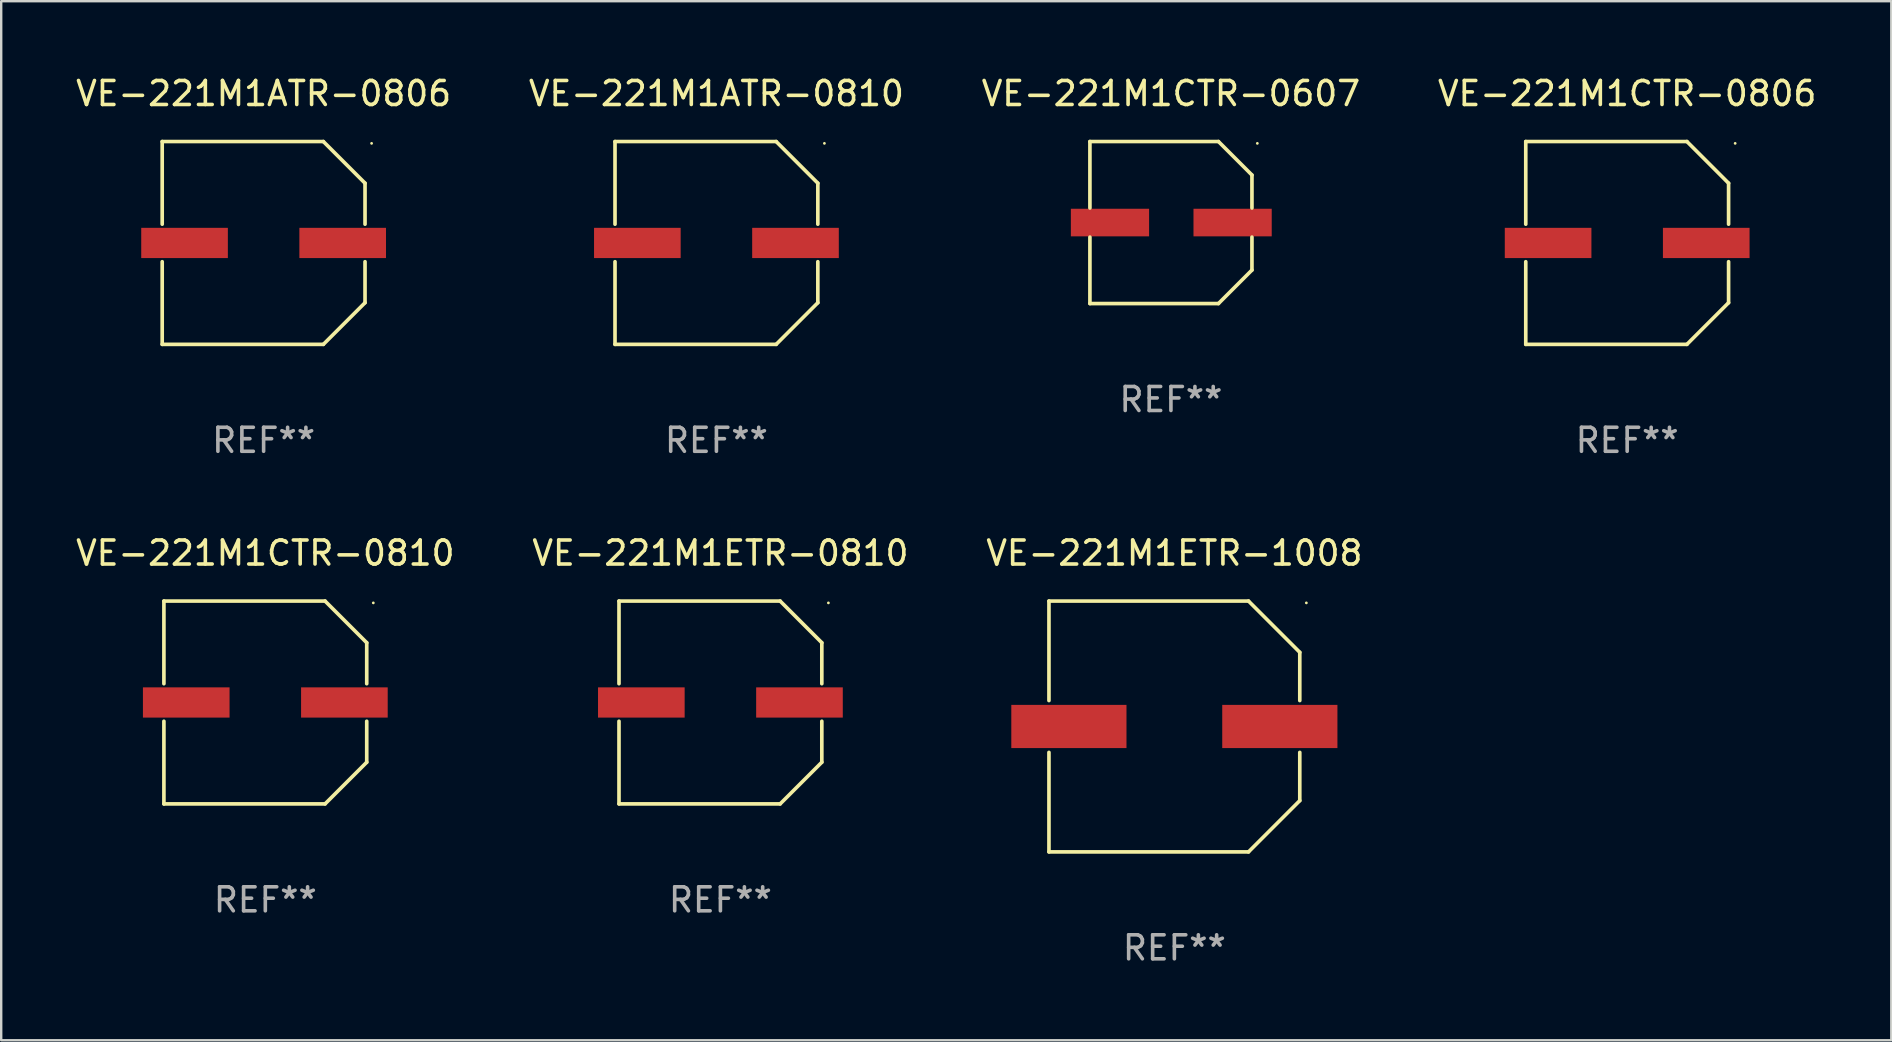
<source format=kicad_pcb>
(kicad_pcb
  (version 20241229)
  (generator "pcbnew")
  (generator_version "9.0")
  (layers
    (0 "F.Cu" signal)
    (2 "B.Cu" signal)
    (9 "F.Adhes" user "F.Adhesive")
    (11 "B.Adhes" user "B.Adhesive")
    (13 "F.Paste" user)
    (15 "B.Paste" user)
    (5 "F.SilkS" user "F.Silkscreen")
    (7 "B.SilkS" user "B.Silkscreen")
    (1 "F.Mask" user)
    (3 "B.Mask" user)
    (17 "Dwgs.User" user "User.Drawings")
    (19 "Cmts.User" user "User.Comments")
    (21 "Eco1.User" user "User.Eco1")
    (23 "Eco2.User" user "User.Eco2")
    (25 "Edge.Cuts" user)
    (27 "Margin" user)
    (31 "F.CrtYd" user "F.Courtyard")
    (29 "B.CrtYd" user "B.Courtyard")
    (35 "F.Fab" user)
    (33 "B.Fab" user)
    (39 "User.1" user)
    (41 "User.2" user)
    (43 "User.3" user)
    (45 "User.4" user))
  (footprint "VE-221M1CTR-0806"
    (layer "F.Cu")
    (at 64.756 7.074)
    (property "Reference" "VE-221M1CTR-0806" (at 0 -6.226 0) (layer "F.SilkS") (effects (font (size 1 1) (thickness 0.15))))
    (attr through_hole)
    (fp_line (start -4.226 -4.226) (end 2.49 -4.226) (stroke (width 0.152) (type solid)) (layer "F.SilkS"))
    (fp_line (start -4.226 -0.782) (end -4.226 -4.226) (stroke (width 0.152) (type solid)) (layer "F.SilkS"))
    (fp_line (start -4.226 0.782) (end -4.226 4.226) (stroke (width 0.152) (type solid)) (layer "F.SilkS"))
    (fp_line (start -4.226 4.226) (end 2.49 4.226) (stroke (width 0.152) (type solid)) (layer "F.SilkS"))
    (fp_line (start 2.49 -4.226) (end 4.226 -2.49) (stroke (width 0.152) (type solid)) (layer "F.SilkS"))
    (fp_line (start 2.49 4.226) (end 4.226 2.49) (stroke (width 0.152) (type solid)) (layer "F.SilkS"))
    (fp_line (start 4.226 -2.49) (end 4.226 -0.782) (stroke (width 0.152) (type solid)) (layer "F.SilkS"))
    (fp_line (start 4.226 2.49) (end 4.226 0.782) (stroke (width 0.152) (type solid)) (layer "F.SilkS"))
    (fp_circle (center 4.5 -4.15) (end 4.53 -4.15) (stroke (width 0.06) (type solid)) (fill no) (layer "F.SilkS"))
    (fp_text user "REF**" (at 0 8.226 0) (layer "F.Fab") (effects (font (size 1 1) (thickness 0.15))))
    (pad "1" smd rect (at 3.295 0 180) (size 3.61 1.26) (layers "F.Cu" "F.Mask" "F.Paste"))
    (pad "2" smd rect (at -3.295 0 180) (size 3.61 1.26) (layers "F.Cu" "F.Mask" "F.Paste")))
  (footprint "VE-221M1CTR-0607"
    (layer "F.Cu")
    (at 45.744 6.224)
    (property "Reference" "VE-221M1CTR-0607" (at 0 -5.376 0) (layer "F.SilkS") (effects (font (size 1 1) (thickness 0.15))))
    (attr through_hole)
    (fp_line (start -3.376 -3.376) (end 1.98 -3.376) (stroke (width 0.152) (type solid)) (layer "F.SilkS"))
    (fp_line (start -3.376 -0.607) (end -3.376 -3.376) (stroke (width 0.152) (type solid)) (layer "F.SilkS"))
    (fp_line (start -3.376 0.607) (end -3.376 3.376) (stroke (width 0.152) (type solid)) (layer "F.SilkS"))
    (fp_line (start -3.376 3.376) (end 1.98 3.376) (stroke (width 0.152) (type solid)) (layer "F.SilkS"))
    (fp_line (start 1.98 -3.376) (end 3.376 -1.98) (stroke (width 0.152) (type solid)) (layer "F.SilkS"))
    (fp_line (start 1.98 3.376) (end 3.376 1.98) (stroke (width 0.152) (type solid)) (layer "F.SilkS"))
    (fp_line (start 3.376 -1.98) (end 3.376 -0.607) (stroke (width 0.152) (type solid)) (layer "F.SilkS"))
    (fp_line (start 3.376 1.98) (end 3.376 0.607) (stroke (width 0.152) (type solid)) (layer "F.SilkS"))
    (fp_circle (center 3.6 -3.3) (end 3.63 -3.3) (stroke (width 0.06) (type solid)) (fill no) (layer "F.SilkS"))
    (fp_text user "REF**" (at 0 7.376 0) (layer "F.Fab") (effects (font (size 1 1) (thickness 0.15))))
    (pad "1" smd rect (at 2.57 0 180) (size 3.26 1.15) (layers "F.Cu" "F.Mask" "F.Paste"))
    (pad "2" smd rect (at -2.54 0 180) (size 3.26 1.15) (layers "F.Cu" "F.Mask" "F.Paste")))
  (footprint "VE-221M1ETR-1008"
    (layer "F.Cu")
    (at 45.887 27.223)
    (property "Reference" "VE-221M1ETR-1008" (at 0 -7.226 0) (layer "F.SilkS") (effects (font (size 1 1) (thickness 0.15))))
    (attr through_hole)
    (fp_line (start -5.226 -5.226) (end -5.226 -1.08) (stroke (width 0.152) (type solid)) (layer "F.SilkS"))
    (fp_line (start -5.226 -5.226) (end 3.09 -5.226) (stroke (width 0.152) (type solid)) (layer "F.SilkS"))
    (fp_line (start -5.226 1.08) (end -5.226 5.226) (stroke (width 0.152) (type solid)) (layer "F.SilkS"))
    (fp_line (start -5.226 5.226) (end 3.09 5.226) (stroke (width 0.152) (type solid)) (layer "F.SilkS"))
    (fp_line (start 3.09 -5.226) (end 5.226 -3.09) (stroke (width 0.152) (type solid)) (layer "F.SilkS"))
    (fp_line (start 3.09 5.226) (end 5.226 3.09) (stroke (width 0.152) (type solid)) (layer "F.SilkS"))
    (fp_line (start 5.226 -1.08) (end 5.226 -3.09) (stroke (width 0.152) (type solid)) (layer "F.SilkS"))
    (fp_line (start 5.226 3.09) (end 5.226 1.08) (stroke (width 0.152) (type solid)) (layer "F.SilkS"))
    (fp_circle (center 5.5 -5.15) (end 5.53 -5.15) (stroke (width 0.06) (type solid)) (fill no) (layer "F.SilkS"))
    (fp_text user "REF**" (at 0 9.226 0) (layer "F.Fab") (effects (font (size 1 1) (thickness 0.15))))
    (pad "1" smd rect (at 4.395 0 180) (size 4.8 1.8) (layers "F.Cu" "F.Mask" "F.Paste"))
    (pad "2" smd rect (at -4.395 0 180) (size 4.8 1.8) (layers "F.Cu" "F.Mask" "F.Paste")))
  (footprint "VE-221M1CTR-0810"
    (layer "F.Cu")
    (at 8.006 26.223)
    (property "Reference" "VE-221M1CTR-0810" (at 0 -6.226 0) (layer "F.SilkS") (effects (font (size 1 1) (thickness 0.15))))
    (attr through_hole)
    (fp_line (start -4.226 -4.226) (end 2.49 -4.226) (stroke (width 0.152) (type solid)) (layer "F.SilkS"))
    (fp_line (start -4.226 -0.782) (end -4.226 -4.226) (stroke (width 0.152) (type solid)) (layer "F.SilkS"))
    (fp_line (start -4.226 0.782) (end -4.226 4.226) (stroke (width 0.152) (type solid)) (layer "F.SilkS"))
    (fp_line (start -4.226 4.226) (end 2.49 4.226) (stroke (width 0.152) (type solid)) (layer "F.SilkS"))
    (fp_line (start 2.49 -4.226) (end 4.226 -2.49) (stroke (width 0.152) (type solid)) (layer "F.SilkS"))
    (fp_line (start 2.49 4.226) (end 4.226 2.49) (stroke (width 0.152) (type solid)) (layer "F.SilkS"))
    (fp_line (start 4.226 -2.49) (end 4.226 -0.782) (stroke (width 0.152) (type solid)) (layer "F.SilkS"))
    (fp_line (start 4.226 2.49) (end 4.226 0.782) (stroke (width 0.152) (type solid)) (layer "F.SilkS"))
    (fp_circle (center 4.5 -4.15) (end 4.53 -4.15) (stroke (width 0.06) (type solid)) (fill no) (layer "F.SilkS"))
    (fp_text user "REF**" (at 0 8.226 0) (layer "F.Fab") (effects (font (size 1 1) (thickness 0.15))))
    (pad "1" smd rect (at 3.295 0 180) (size 3.61 1.26) (layers "F.Cu" "F.Mask" "F.Paste"))
    (pad "2" smd rect (at -3.295 0 180) (size 3.61 1.26) (layers "F.Cu" "F.Mask" "F.Paste")))
  (footprint "VE-221M1ATR-0806"
    (layer "F.Cu")
    (at 7.935 7.074)
    (property "Reference" "VE-221M1ATR-0806" (at 0 -6.226 0) (layer "F.SilkS") (effects (font (size 1 1) (thickness 0.15))))
    (attr through_hole)
    (fp_line (start -4.226 -4.226) (end 2.49 -4.226) (stroke (width 0.152) (type solid)) (layer "F.SilkS"))
    (fp_line (start -4.226 -0.782) (end -4.226 -4.226) (stroke (width 0.152) (type solid)) (layer "F.SilkS"))
    (fp_line (start -4.226 0.782) (end -4.226 4.226) (stroke (width 0.152) (type solid)) (layer "F.SilkS"))
    (fp_line (start -4.226 4.226) (end 2.49 4.226) (stroke (width 0.152) (type solid)) (layer "F.SilkS"))
    (fp_line (start 2.49 -4.226) (end 4.226 -2.49) (stroke (width 0.152) (type solid)) (layer "F.SilkS"))
    (fp_line (start 2.49 4.226) (end 4.226 2.49) (stroke (width 0.152) (type solid)) (layer "F.SilkS"))
    (fp_line (start 4.226 -2.49) (end 4.226 -0.782) (stroke (width 0.152) (type solid)) (layer "F.SilkS"))
    (fp_line (start 4.226 2.49) (end 4.226 0.782) (stroke (width 0.152) (type solid)) (layer "F.SilkS"))
    (fp_circle (center 4.5 -4.15) (end 4.53 -4.15) (stroke (width 0.06) (type solid)) (fill no) (layer "F.SilkS"))
    (fp_text user "REF**" (at 0 8.226 0) (layer "F.Fab") (effects (font (size 1 1) (thickness 0.15))))
    (pad "1" smd rect (at 3.295 0 180) (size 3.61 1.26) (layers "F.Cu" "F.Mask" "F.Paste"))
    (pad "2" smd rect (at -3.295 0 180) (size 3.61 1.26) (layers "F.Cu" "F.Mask" "F.Paste")))
  (footprint "VE-221M1ETR-0810"
    (layer "F.Cu")
    (at 26.97 26.223)
    (property "Reference" "VE-221M1ETR-0810" (at 0 -6.226 0) (layer "F.SilkS") (effects (font (size 1 1) (thickness 0.15))))
    (attr through_hole)
    (fp_line (start -4.226 -4.226) (end 2.49 -4.226) (stroke (width 0.152) (type solid)) (layer "F.SilkS"))
    (fp_line (start -4.226 -0.782) (end -4.226 -4.226) (stroke (width 0.152) (type solid)) (layer "F.SilkS"))
    (fp_line (start -4.226 0.782) (end -4.226 4.226) (stroke (width 0.152) (type solid)) (layer "F.SilkS"))
    (fp_line (start -4.226 4.226) (end 2.49 4.226) (stroke (width 0.152) (type solid)) (layer "F.SilkS"))
    (fp_line (start 2.49 -4.226) (end 4.226 -2.49) (stroke (width 0.152) (type solid)) (layer "F.SilkS"))
    (fp_line (start 2.49 4.226) (end 4.226 2.49) (stroke (width 0.152) (type solid)) (layer "F.SilkS"))
    (fp_line (start 4.226 -2.49) (end 4.226 -0.782) (stroke (width 0.152) (type solid)) (layer "F.SilkS"))
    (fp_line (start 4.226 2.49) (end 4.226 0.782) (stroke (width 0.152) (type solid)) (layer "F.SilkS"))
    (fp_circle (center 4.5 -4.15) (end 4.53 -4.15) (stroke (width 0.06) (type solid)) (fill no) (layer "F.SilkS"))
    (fp_text user "REF**" (at 0 8.226 0) (layer "F.Fab") (effects (font (size 1 1) (thickness 0.15))))
    (pad "1" smd rect (at 3.295 0 180) (size 3.61 1.26) (layers "F.Cu" "F.Mask" "F.Paste"))
    (pad "2" smd rect (at -3.295 0 180) (size 3.61 1.26) (layers "F.Cu" "F.Mask" "F.Paste")))
  (footprint "VE-221M1ATR-0810"
    (layer "F.Cu")
    (at 26.804 7.074)
    (property "Reference" "VE-221M1ATR-0810" (at 0 -6.226 0) (layer "F.SilkS") (effects (font (size 1 1) (thickness 0.15))))
    (attr through_hole)
    (fp_line (start -4.226 -4.226) (end 2.49 -4.226) (stroke (width 0.152) (type solid)) (layer "F.SilkS"))
    (fp_line (start -4.226 -0.782) (end -4.226 -4.226) (stroke (width 0.152) (type solid)) (layer "F.SilkS"))
    (fp_line (start -4.226 0.782) (end -4.226 4.226) (stroke (width 0.152) (type solid)) (layer "F.SilkS"))
    (fp_line (start -4.226 4.226) (end 2.49 4.226) (stroke (width 0.152) (type solid)) (layer "F.SilkS"))
    (fp_line (start 2.49 -4.226) (end 4.226 -2.49) (stroke (width 0.152) (type solid)) (layer "F.SilkS"))
    (fp_line (start 2.49 4.226) (end 4.226 2.49) (stroke (width 0.152) (type solid)) (layer "F.SilkS"))
    (fp_line (start 4.226 -2.49) (end 4.226 -0.782) (stroke (width 0.152) (type solid)) (layer "F.SilkS"))
    (fp_line (start 4.226 2.49) (end 4.226 0.782) (stroke (width 0.152) (type solid)) (layer "F.SilkS"))
    (fp_circle (center 4.5 -4.15) (end 4.53 -4.15) (stroke (width 0.06) (type solid)) (fill no) (layer "F.SilkS"))
    (fp_text user "REF**" (at 0 8.226 0) (layer "F.Fab") (effects (font (size 1 1) (thickness 0.15))))
    (pad "1" smd rect (at 3.295 0 180) (size 3.61 1.26) (layers "F.Cu" "F.Mask" "F.Paste"))
    (pad "2" smd rect (at -3.295 0 180) (size 3.61 1.26) (layers "F.Cu" "F.Mask" "F.Paste")))
  (gr_rect
    (start -3 -3)
    (end 75.762 40.298)
    (stroke (width 0.1) (type default))
    (fill no)
    (layer "Edge.Cuts")))
</source>
